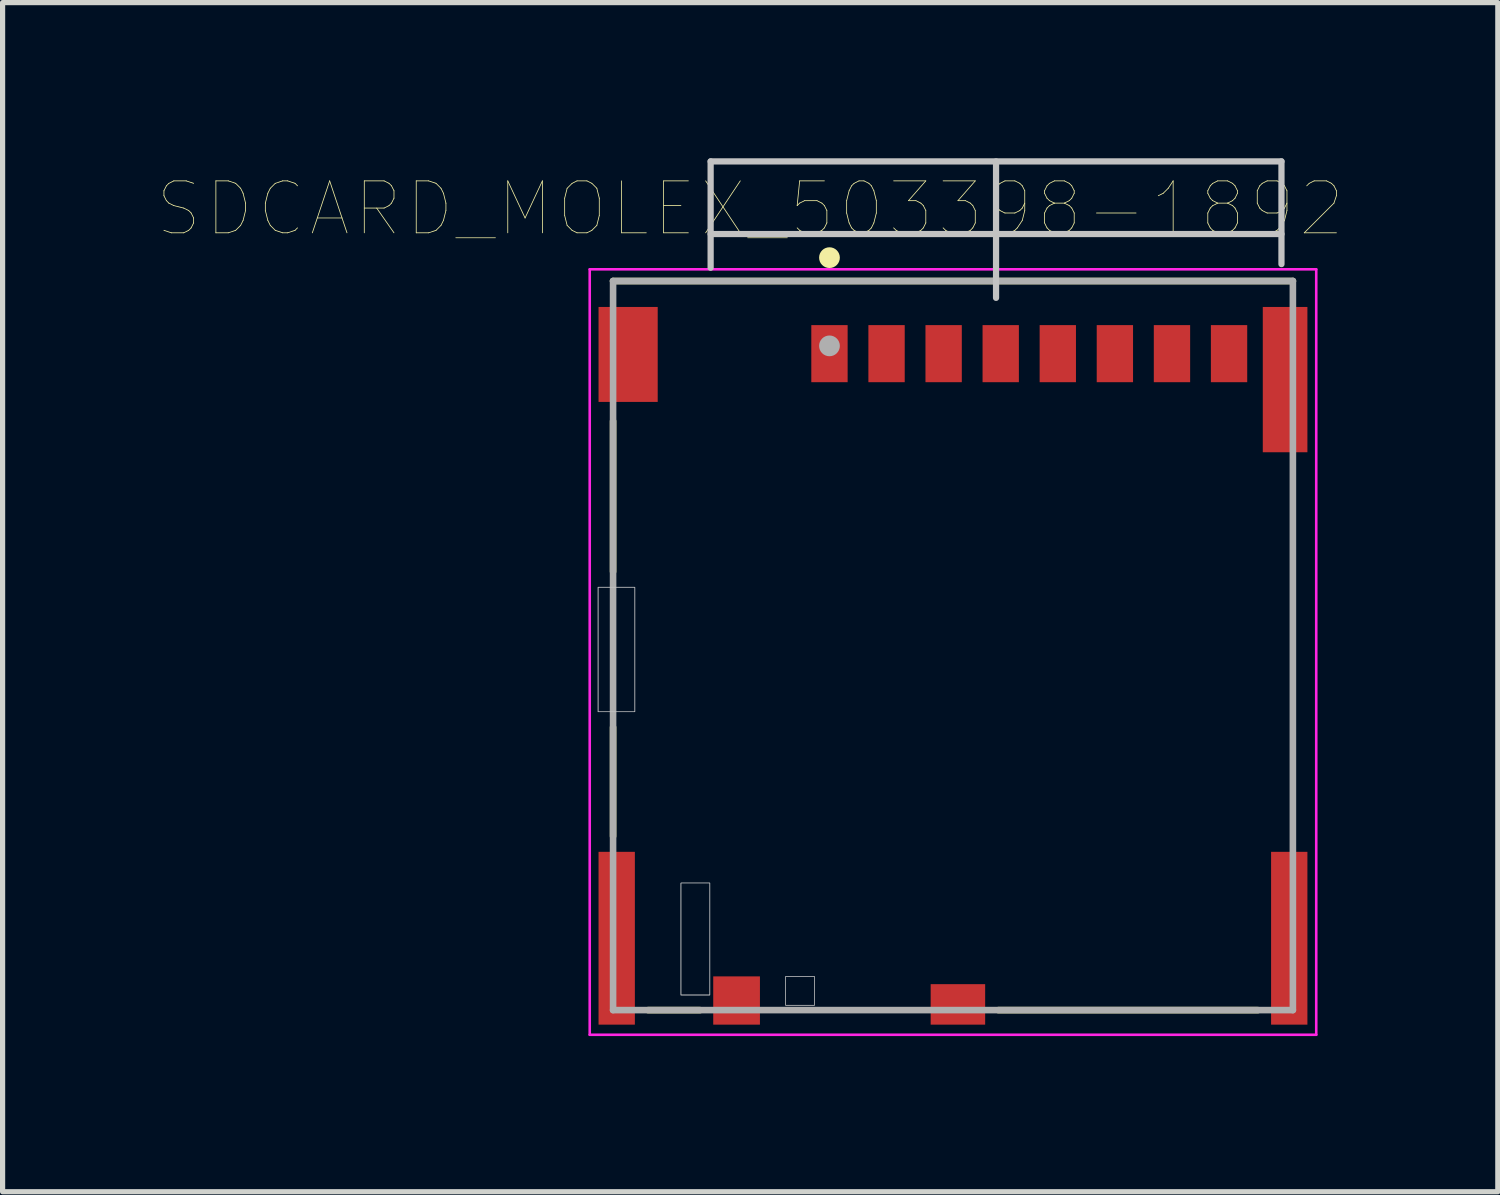
<source format=kicad_pcb>
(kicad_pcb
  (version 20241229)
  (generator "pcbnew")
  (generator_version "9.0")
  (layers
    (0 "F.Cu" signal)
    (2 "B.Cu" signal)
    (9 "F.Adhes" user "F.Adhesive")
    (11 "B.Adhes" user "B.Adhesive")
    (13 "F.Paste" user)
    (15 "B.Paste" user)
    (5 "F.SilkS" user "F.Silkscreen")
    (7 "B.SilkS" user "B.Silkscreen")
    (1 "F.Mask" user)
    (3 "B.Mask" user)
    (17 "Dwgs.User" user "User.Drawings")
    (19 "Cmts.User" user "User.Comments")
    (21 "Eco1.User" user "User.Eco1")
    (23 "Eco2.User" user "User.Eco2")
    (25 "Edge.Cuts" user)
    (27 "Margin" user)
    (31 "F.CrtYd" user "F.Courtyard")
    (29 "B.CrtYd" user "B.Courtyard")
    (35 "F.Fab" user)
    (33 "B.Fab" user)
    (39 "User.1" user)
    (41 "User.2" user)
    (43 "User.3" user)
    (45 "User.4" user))
  (footprint "SDCARD_MOLEX_503398-1892"
    (layer "F.Cu")
    (at 15.314 9.39)
    (property "Reference" "SDCARD_MOLEX_503398-1892" (at -3.908 -8.416 0) (layer "F.SilkS") (effects (font (size 1.001 1.001) (thickness 0.015))))
    (attr through_hole)
    (fp_line (start -6.55 -7.025) (end 6.55 -7.025) (stroke (width 0.127) (type solid)) (layer "F.SilkS"))
    (fp_line (start -6.55 -4.325) (end -6.55 -1.425) (stroke (width 0.127) (type solid)) (layer "F.SilkS"))
    (fp_line (start -6.55 1.575) (end -6.55 3.675) (stroke (width 0.127) (type solid)) (layer "F.SilkS"))
    (fp_line (start -5.876 7.025) (end -4.874 7.025) (stroke (width 0.127) (type solid)) (layer "F.SilkS"))
    (fp_line (start 0.874 7.025) (end 5.876 7.025) (stroke (width 0.127) (type solid)) (layer "F.SilkS"))
    (fp_circle (center -2.38 -7.475) (end -2.28 -7.475) (stroke (width 0.2) (type solid)) (fill no) (layer "F.SilkS"))
    (fp_line (start -4.67 -9.33) (end -4.67 -7.28) (stroke (width 0.12) (type solid)) (layer "Dwgs.User"))
    (fp_line (start -4.67 -9.33) (end 6.33 -9.33) (stroke (width 0.12) (type solid)) (layer "Dwgs.User"))
    (fp_line (start -4.67 -7.93) (end 6.33 -7.93) (stroke (width 0.12) (type solid)) (layer "Dwgs.User"))
    (fp_line (start 0.83 -6.7) (end 0.83 -9.33) (stroke (width 0.12) (type solid)) (layer "Dwgs.User"))
    (fp_line (start 6.33 -9.33) (end 6.33 -7.35) (stroke (width 0.12) (type solid)) (layer "Dwgs.User"))
    (fp_poly (pts (xy -6.842 -1.125) (xy -6.13 -1.125) (xy -6.13 1.277) (xy -6.842 1.277)) (stroke (width 0.01) (type solid)) (fill no) (layer "Dwgs.User"))
    (fp_poly (pts (xy -6.836 -1.125) (xy -6.13 -1.125) (xy -6.13 1.276) (xy -6.836 1.276)) (stroke (width 0.01) (type solid)) (fill no) (layer "Dwgs.User"))
    (fp_poly (pts (xy -5.245 4.575) (xy -4.685 4.575) (xy -4.685 6.738) (xy -5.245 6.738)) (stroke (width 0.01) (type solid)) (fill no) (layer "Dwgs.User"))
    (fp_poly (pts (xy -5.239 4.575) (xy -4.685 4.575) (xy -4.685 6.73) (xy -5.239 6.73)) (stroke (width 0.01) (type solid)) (fill no) (layer "Dwgs.User"))
    (fp_poly (pts (xy -3.225 6.375) (xy -2.67 6.375) (xy -2.67 6.937) (xy -3.225 6.937)) (stroke (width 0.01) (type solid)) (fill no) (layer "Dwgs.User"))
    (fp_poly (pts (xy -3.223 6.375) (xy -2.67 6.375) (xy -2.67 6.93) (xy -3.223 6.93)) (stroke (width 0.01) (type solid)) (fill no) (layer "Dwgs.User"))
    (fp_poly (pts (xy -3.17 -3.725) (xy -3.17 1.275) (xy -3.82 1.275) (xy -3.82 3.875) (xy 0.57 3.875) (xy 0.57 5.125) (xy -1.73 5.125) (xy -1.73 7.305) (xy -0.43 7.305) (xy -0.43 6.525) (xy 6.13 6.525) (xy 6.13 3.975) (xy 6.83 3.975) (xy 6.83 -3.725)) (stroke (width 0.0001) (type solid)) (fill no) (layer "Dwgs.User"))
    (fp_poly (pts (xy -3.17 -3.725) (xy -3.17 1.275) (xy -3.82 1.275) (xy -3.82 3.875) (xy 0.57 3.875) (xy 0.57 5.125) (xy -1.73 5.125) (xy -1.73 7.305) (xy -0.43 7.305) (xy -0.43 6.525) (xy 6.13 6.525) (xy 6.13 3.975) (xy 6.83 3.975) (xy 6.83 -3.725)) (stroke (width 0.0001) (type solid)) (fill no) (layer "Dwgs.User"))
    (fp_line (start -7 -7.25) (end 7 -7.25) (stroke (width 0.05) (type solid)) (layer "F.CrtYd"))
    (fp_line (start -7 7.5) (end -7 -7.25) (stroke (width 0.05) (type solid)) (layer "F.CrtYd"))
    (fp_line (start 7 -7.25) (end 7 7.5) (stroke (width 0.05) (type solid)) (layer "F.CrtYd"))
    (fp_line (start 7 7.5) (end -7 7.5) (stroke (width 0.05) (type solid)) (layer "F.CrtYd"))
    (fp_line (start -6.55 -7.025) (end 6.55 -7.025) (stroke (width 0.127) (type solid)) (layer "F.Fab"))
    (fp_line (start -6.55 7.025) (end -6.55 -7.025) (stroke (width 0.127) (type solid)) (layer "F.Fab"))
    (fp_line (start 6.55 -7.025) (end 6.55 7.025) (stroke (width 0.127) (type solid)) (layer "F.Fab"))
    (fp_line (start 6.55 7.025) (end -6.55 7.025) (stroke (width 0.127) (type solid)) (layer "F.Fab"))
    (fp_circle (center -2.38 -5.775) (end -2.28 -5.775) (stroke (width 0.2) (type solid)) (fill no) (layer "F.Fab"))
    (pad "1" smd rect (at -2.38 -5.625) (size 0.7 1.1) (layers "F.Cu" "F.Mask" "F.Paste"))
    (pad "2" smd rect (at -1.28 -5.625) (size 0.7 1.1) (layers "F.Cu" "F.Mask" "F.Paste"))
    (pad "3" smd rect (at -0.18 -5.625) (size 0.7 1.1) (layers "F.Cu" "F.Mask" "F.Paste"))
    (pad "4" smd rect (at 0.92 -5.625) (size 0.7 1.1) (layers "F.Cu" "F.Mask" "F.Paste"))
    (pad "5" smd rect (at 2.02 -5.625) (size 0.7 1.1) (layers "F.Cu" "F.Mask" "F.Paste"))
    (pad "6" smd rect (at 3.12 -5.625) (size 0.7 1.1) (layers "F.Cu" "F.Mask" "F.Paste"))
    (pad "7" smd rect (at 4.22 -5.625) (size 0.7 1.1) (layers "F.Cu" "F.Mask" "F.Paste"))
    (pad "8" smd rect (at 5.32 -5.625) (size 0.7 1.1) (layers "F.Cu" "F.Mask" "F.Paste"))
    (pad "9" smd rect (at -4.17 6.84) (size 0.9 0.93) (layers "F.Cu" "F.Mask" "F.Paste"))
    (pad "10" smd rect (at 0.095 6.915) (size 1.05 0.78) (layers "F.Cu" "F.Mask" "F.Paste"))
    (pad "11" smd rect (at -6.48 5.64) (size 0.7 3.33) (layers "F.Cu" "F.Mask" "F.Paste"))
    (pad "11" smd rect (at -6.26 -5.61) (size 1.14 1.83) (layers "F.Cu" "F.Mask" "F.Paste"))
    (pad "11" smd rect (at 6.4 -5.125) (size 0.86 2.8) (layers "F.Cu" "F.Mask" "F.Paste"))
    (pad "11" smd rect (at 6.48 5.64) (size 0.7 3.33) (layers "F.Cu" "F.Mask" "F.Paste")))
  (gr_rect
    (start -3 -3)
    (end 25.813 19.915)
    (stroke (width 0.1) (type default))
    (fill no)
    (layer "Edge.Cuts")))
</source>
